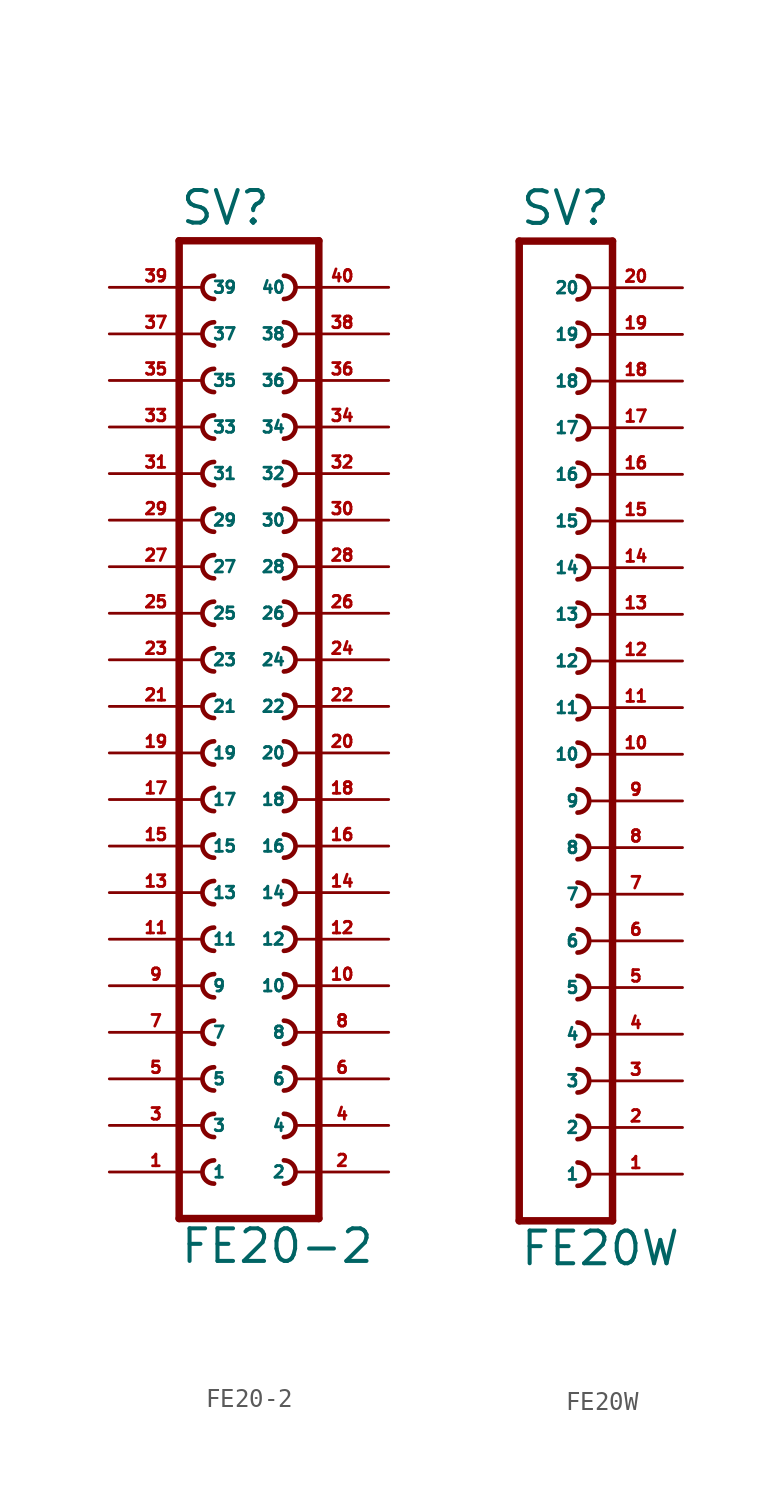
<source format=kicad_sym>
(kicad_symbol_lib
  (version 20220914)
  (generator Eagle2Kicad)
  (symbol "FE20-2"
    (property "Reference" "SV"
      (at -3.81 26.162 0)
      (effects (font (size 1.778 1.778) (thickness 0.22)) (justify left bottom)))
    (property "Value" "FE20-2"
      (at -3.81 -30.48 0)
      (effects (font (size 1.778 1.778) (thickness 0.22)) (justify left bottom)))
    (polyline
      (pts (xy 3.81 -27.94) (xy -3.81 -27.94))
      (stroke (width 0.406) (type default))
      (fill (type none)))
    (arc
      (start -1.905 -19.685)
      (mid -2.540 -20.320)
      (end -1.905 -20.955)
      (stroke (width 0.254) (type default))
      (fill (type none)))
    (arc
      (start -1.905 -22.225)
      (mid -2.540 -22.860)
      (end -1.905 -23.495)
      (stroke (width 0.254) (type default))
      (fill (type none)))
    (arc
      (start -1.905 -24.765)
      (mid -2.540 -25.400)
      (end -1.905 -26.035)
      (stroke (width 0.254) (type default))
      (fill (type none)))
    (arc
      (start 1.905 -20.955)
      (mid 2.540 -20.320)
      (end 1.905 -19.685)
      (stroke (width 0.254) (type default))
      (fill (type none)))
    (arc
      (start 1.905 -23.495)
      (mid 2.540 -22.860)
      (end 1.905 -22.225)
      (stroke (width 0.254) (type default))
      (fill (type none)))
    (arc
      (start 1.905 -26.035)
      (mid 2.540 -25.400)
      (end 1.905 -24.765)
      (stroke (width 0.254) (type default))
      (fill (type none)))
    (arc
      (start -1.905 -14.605)
      (mid -2.540 -15.240)
      (end -1.905 -15.875)
      (stroke (width 0.254) (type default))
      (fill (type none)))
    (arc
      (start -1.905 -17.145)
      (mid -2.540 -17.780)
      (end -1.905 -18.415)
      (stroke (width 0.254) (type default))
      (fill (type none)))
    (arc
      (start 1.905 -15.875)
      (mid 2.540 -15.240)
      (end 1.905 -14.605)
      (stroke (width 0.254) (type default))
      (fill (type none)))
    (arc
      (start 1.905 -18.415)
      (mid 2.540 -17.780)
      (end 1.905 -17.145)
      (stroke (width 0.254) (type default))
      (fill (type none)))
    (arc
      (start -1.905 -6.985)
      (mid -2.540 -7.620)
      (end -1.905 -8.255)
      (stroke (width 0.254) (type default))
      (fill (type none)))
    (arc
      (start -1.905 -9.525)
      (mid -2.540 -10.160)
      (end -1.905 -10.795)
      (stroke (width 0.254) (type default))
      (fill (type none)))
    (arc
      (start -1.905 -12.065)
      (mid -2.540 -12.700)
      (end -1.905 -13.335)
      (stroke (width 0.254) (type default))
      (fill (type none)))
    (arc
      (start 1.905 -8.255)
      (mid 2.540 -7.620)
      (end 1.905 -6.985)
      (stroke (width 0.254) (type default))
      (fill (type none)))
    (arc
      (start 1.905 -10.795)
      (mid 2.540 -10.160)
      (end 1.905 -9.525)
      (stroke (width 0.254) (type default))
      (fill (type none)))
    (arc
      (start 1.905 -13.335)
      (mid 2.540 -12.700)
      (end 1.905 -12.065)
      (stroke (width 0.254) (type default))
      (fill (type none)))
    (arc
      (start -1.905 -1.905)
      (mid -2.540 -2.540)
      (end -1.905 -3.175)
      (stroke (width 0.254) (type default))
      (fill (type none)))
    (arc
      (start -1.905 -4.445)
      (mid -2.540 -5.080)
      (end -1.905 -5.715)
      (stroke (width 0.254) (type default))
      (fill (type none)))
    (arc
      (start 1.905 -3.175)
      (mid 2.540 -2.540)
      (end 1.905 -1.905)
      (stroke (width 0.254) (type default))
      (fill (type none)))
    (arc
      (start 1.905 -5.715)
      (mid 2.540 -5.080)
      (end 1.905 -4.445)
      (stroke (width 0.254) (type default))
      (fill (type none)))
    (arc
      (start -1.905 5.715)
      (mid -2.540 5.080)
      (end -1.905 4.445)
      (stroke (width 0.254) (type default))
      (fill (type none)))
    (arc
      (start -1.905 3.175)
      (mid -2.540 2.540)
      (end -1.905 1.905)
      (stroke (width 0.254) (type default))
      (fill (type none)))
    (arc
      (start -1.905 0.635)
      (mid -2.540 0.000)
      (end -1.905 -0.635)
      (stroke (width 0.254) (type default))
      (fill (type none)))
    (arc
      (start 1.905 4.445)
      (mid 2.540 5.080)
      (end 1.905 5.715)
      (stroke (width 0.254) (type default))
      (fill (type none)))
    (arc
      (start 1.905 1.905)
      (mid 2.540 2.540)
      (end 1.905 3.175)
      (stroke (width 0.254) (type default))
      (fill (type none)))
    (arc
      (start 1.905 -0.635)
      (mid 2.540 0.000)
      (end 1.905 0.635)
      (stroke (width 0.254) (type default))
      (fill (type none)))
    (arc
      (start -1.905 10.795)
      (mid -2.540 10.160)
      (end -1.905 9.525)
      (stroke (width 0.254) (type default))
      (fill (type none)))
    (arc
      (start -1.905 8.255)
      (mid -2.540 7.620)
      (end -1.905 6.985)
      (stroke (width 0.254) (type default))
      (fill (type none)))
    (arc
      (start 1.905 9.525)
      (mid 2.540 10.160)
      (end 1.905 10.795)
      (stroke (width 0.254) (type default))
      (fill (type none)))
    (arc
      (start 1.905 6.985)
      (mid 2.540 7.620)
      (end 1.905 8.255)
      (stroke (width 0.254) (type default))
      (fill (type none)))
    (arc
      (start -1.905 15.875)
      (mid -2.540 15.240)
      (end -1.905 14.605)
      (stroke (width 0.254) (type default))
      (fill (type none)))
    (arc
      (start -1.905 13.335)
      (mid -2.540 12.700)
      (end -1.905 12.065)
      (stroke (width 0.254) (type default))
      (fill (type none)))
    (arc
      (start 1.905 14.605)
      (mid 2.540 15.240)
      (end 1.905 15.875)
      (stroke (width 0.254) (type default))
      (fill (type none)))
    (arc
      (start 1.905 12.065)
      (mid 2.540 12.700)
      (end 1.905 13.335)
      (stroke (width 0.254) (type default))
      (fill (type none)))
    (arc
      (start -1.905 23.495)
      (mid -2.540 22.860)
      (end -1.905 22.225)
      (stroke (width 0.254) (type default))
      (fill (type none)))
    (arc
      (start -1.905 20.955)
      (mid -2.540 20.320)
      (end -1.905 19.685)
      (stroke (width 0.254) (type default))
      (fill (type none)))
    (arc
      (start -1.905 18.415)
      (mid -2.540 17.780)
      (end -1.905 17.145)
      (stroke (width 0.254) (type default))
      (fill (type none)))
    (arc
      (start 1.905 22.225)
      (mid 2.540 22.860)
      (end 1.905 23.495)
      (stroke (width 0.254) (type default))
      (fill (type none)))
    (arc
      (start 1.905 19.685)
      (mid 2.540 20.320)
      (end 1.905 20.955)
      (stroke (width 0.254) (type default))
      (fill (type none)))
    (arc
      (start 1.905 17.145)
      (mid 2.540 17.780)
      (end 1.905 18.415)
      (stroke (width 0.254) (type default))
      (fill (type none)))
    (polyline
      (pts (xy -3.81 25.4) (xy -3.81 -27.94))
      (stroke (width 0.406) (type default))
      (fill (type none)))
    (polyline
      (pts (xy 3.81 -27.94) (xy 3.81 25.4))
      (stroke (width 0.406) (type default))
      (fill (type none)))
    (polyline
      (pts (xy -3.81 25.4) (xy 3.81 25.4))
      (stroke (width 0.406) (type default))
      (fill (type none)))
    (pin passive line
      (at -7.62 -25.4 0)
      (length 5.08)
      (name "1" (effects (font (size 0.635 0.635) (thickness 0.08)) (justify left bottom)))
      (number "1" (effects (font (size 0.635 0.635) (thickness 0.08)) (justify left bottom))))
    (pin passive line
      (at -7.62 -22.86 0)
      (length 5.08)
      (name "3" (effects (font (size 0.635 0.635) (thickness 0.08)) (justify left bottom)))
      (number "3" (effects (font (size 0.635 0.635) (thickness 0.08)) (justify left bottom))))
    (pin passive line
      (at -7.62 -20.32 0)
      (length 5.08)
      (name "5" (effects (font (size 0.635 0.635) (thickness 0.08)) (justify left bottom)))
      (number "5" (effects (font (size 0.635 0.635) (thickness 0.08)) (justify left bottom))))
    (pin passive line
      (at 7.62 -25.4 180)
      (length 5.08)
      (name "2" (effects (font (size 0.635 0.635) (thickness 0.08)) (justify left bottom)))
      (number "2" (effects (font (size 0.635 0.635) (thickness 0.08)) (justify left bottom))))
    (pin passive line
      (at 7.62 -22.86 180)
      (length 5.08)
      (name "4" (effects (font (size 0.635 0.635) (thickness 0.08)) (justify left bottom)))
      (number "4" (effects (font (size 0.635 0.635) (thickness 0.08)) (justify left bottom))))
    (pin passive line
      (at 7.62 -20.32 180)
      (length 5.08)
      (name "6" (effects (font (size 0.635 0.635) (thickness 0.08)) (justify left bottom)))
      (number "6" (effects (font (size 0.635 0.635) (thickness 0.08)) (justify left bottom))))
    (pin passive line
      (at -7.62 -17.78 0)
      (length 5.08)
      (name "7" (effects (font (size 0.635 0.635) (thickness 0.08)) (justify left bottom)))
      (number "7" (effects (font (size 0.635 0.635) (thickness 0.08)) (justify left bottom))))
    (pin passive line
      (at -7.62 -15.24 0)
      (length 5.08)
      (name "9" (effects (font (size 0.635 0.635) (thickness 0.08)) (justify left bottom)))
      (number "9" (effects (font (size 0.635 0.635) (thickness 0.08)) (justify left bottom))))
    (pin passive line
      (at 7.62 -17.78 180)
      (length 5.08)
      (name "8" (effects (font (size 0.635 0.635) (thickness 0.08)) (justify left bottom)))
      (number "8" (effects (font (size 0.635 0.635) (thickness 0.08)) (justify left bottom))))
    (pin passive line
      (at 7.62 -15.24 180)
      (length 5.08)
      (name "10" (effects (font (size 0.635 0.635) (thickness 0.08)) (justify left bottom)))
      (number "10" (effects (font (size 0.635 0.635) (thickness 0.08)) (justify left bottom))))
    (pin passive line
      (at -7.62 -12.7 0)
      (length 5.08)
      (name "11" (effects (font (size 0.635 0.635) (thickness 0.08)) (justify left bottom)))
      (number "11" (effects (font (size 0.635 0.635) (thickness 0.08)) (justify left bottom))))
    (pin passive line
      (at -7.62 -10.16 0)
      (length 5.08)
      (name "13" (effects (font (size 0.635 0.635) (thickness 0.08)) (justify left bottom)))
      (number "13" (effects (font (size 0.635 0.635) (thickness 0.08)) (justify left bottom))))
    (pin passive line
      (at -7.62 -7.62 0)
      (length 5.08)
      (name "15" (effects (font (size 0.635 0.635) (thickness 0.08)) (justify left bottom)))
      (number "15" (effects (font (size 0.635 0.635) (thickness 0.08)) (justify left bottom))))
    (pin passive line
      (at 7.62 -12.7 180)
      (length 5.08)
      (name "12" (effects (font (size 0.635 0.635) (thickness 0.08)) (justify left bottom)))
      (number "12" (effects (font (size 0.635 0.635) (thickness 0.08)) (justify left bottom))))
    (pin passive line
      (at 7.62 -10.16 180)
      (length 5.08)
      (name "14" (effects (font (size 0.635 0.635) (thickness 0.08)) (justify left bottom)))
      (number "14" (effects (font (size 0.635 0.635) (thickness 0.08)) (justify left bottom))))
    (pin passive line
      (at 7.62 -7.62 180)
      (length 5.08)
      (name "16" (effects (font (size 0.635 0.635) (thickness 0.08)) (justify left bottom)))
      (number "16" (effects (font (size 0.635 0.635) (thickness 0.08)) (justify left bottom))))
    (pin passive line
      (at -7.62 -5.08 0)
      (length 5.08)
      (name "17" (effects (font (size 0.635 0.635) (thickness 0.08)) (justify left bottom)))
      (number "17" (effects (font (size 0.635 0.635) (thickness 0.08)) (justify left bottom))))
    (pin passive line
      (at -7.62 -2.54 0)
      (length 5.08)
      (name "19" (effects (font (size 0.635 0.635) (thickness 0.08)) (justify left bottom)))
      (number "19" (effects (font (size 0.635 0.635) (thickness 0.08)) (justify left bottom))))
    (pin passive line
      (at 7.62 -5.08 180)
      (length 5.08)
      (name "18" (effects (font (size 0.635 0.635) (thickness 0.08)) (justify left bottom)))
      (number "18" (effects (font (size 0.635 0.635) (thickness 0.08)) (justify left bottom))))
    (pin passive line
      (at 7.62 -2.54 180)
      (length 5.08)
      (name "20" (effects (font (size 0.635 0.635) (thickness 0.08)) (justify left bottom)))
      (number "20" (effects (font (size 0.635 0.635) (thickness 0.08)) (justify left bottom))))
    (pin passive line
      (at -7.62 0 0)
      (length 5.08)
      (name "21" (effects (font (size 0.635 0.635) (thickness 0.08)) (justify left bottom)))
      (number "21" (effects (font (size 0.635 0.635) (thickness 0.08)) (justify left bottom))))
    (pin passive line
      (at -7.62 2.54 0)
      (length 5.08)
      (name "23" (effects (font (size 0.635 0.635) (thickness 0.08)) (justify left bottom)))
      (number "23" (effects (font (size 0.635 0.635) (thickness 0.08)) (justify left bottom))))
    (pin passive line
      (at -7.62 5.08 0)
      (length 5.08)
      (name "25" (effects (font (size 0.635 0.635) (thickness 0.08)) (justify left bottom)))
      (number "25" (effects (font (size 0.635 0.635) (thickness 0.08)) (justify left bottom))))
    (pin passive line
      (at 7.62 0 180)
      (length 5.08)
      (name "22" (effects (font (size 0.635 0.635) (thickness 0.08)) (justify left bottom)))
      (number "22" (effects (font (size 0.635 0.635) (thickness 0.08)) (justify left bottom))))
    (pin passive line
      (at 7.62 2.54 180)
      (length 5.08)
      (name "24" (effects (font (size 0.635 0.635) (thickness 0.08)) (justify left bottom)))
      (number "24" (effects (font (size 0.635 0.635) (thickness 0.08)) (justify left bottom))))
    (pin passive line
      (at 7.62 5.08 180)
      (length 5.08)
      (name "26" (effects (font (size 0.635 0.635) (thickness 0.08)) (justify left bottom)))
      (number "26" (effects (font (size 0.635 0.635) (thickness 0.08)) (justify left bottom))))
    (pin passive line
      (at -7.62 7.62 0)
      (length 5.08)
      (name "27" (effects (font (size 0.635 0.635) (thickness 0.08)) (justify left bottom)))
      (number "27" (effects (font (size 0.635 0.635) (thickness 0.08)) (justify left bottom))))
    (pin passive line
      (at -7.62 10.16 0)
      (length 5.08)
      (name "29" (effects (font (size 0.635 0.635) (thickness 0.08)) (justify left bottom)))
      (number "29" (effects (font (size 0.635 0.635) (thickness 0.08)) (justify left bottom))))
    (pin passive line
      (at 7.62 7.62 180)
      (length 5.08)
      (name "28" (effects (font (size 0.635 0.635) (thickness 0.08)) (justify left bottom)))
      (number "28" (effects (font (size 0.635 0.635) (thickness 0.08)) (justify left bottom))))
    (pin passive line
      (at 7.62 10.16 180)
      (length 5.08)
      (name "30" (effects (font (size 0.635 0.635) (thickness 0.08)) (justify left bottom)))
      (number "30" (effects (font (size 0.635 0.635) (thickness 0.08)) (justify left bottom))))
    (pin passive line
      (at -7.62 12.7 0)
      (length 5.08)
      (name "31" (effects (font (size 0.635 0.635) (thickness 0.08)) (justify left bottom)))
      (number "31" (effects (font (size 0.635 0.635) (thickness 0.08)) (justify left bottom))))
    (pin passive line
      (at -7.62 15.24 0)
      (length 5.08)
      (name "33" (effects (font (size 0.635 0.635) (thickness 0.08)) (justify left bottom)))
      (number "33" (effects (font (size 0.635 0.635) (thickness 0.08)) (justify left bottom))))
    (pin passive line
      (at 7.62 12.7 180)
      (length 5.08)
      (name "32" (effects (font (size 0.635 0.635) (thickness 0.08)) (justify left bottom)))
      (number "32" (effects (font (size 0.635 0.635) (thickness 0.08)) (justify left bottom))))
    (pin passive line
      (at 7.62 15.24 180)
      (length 5.08)
      (name "34" (effects (font (size 0.635 0.635) (thickness 0.08)) (justify left bottom)))
      (number "34" (effects (font (size 0.635 0.635) (thickness 0.08)) (justify left bottom))))
    (pin passive line
      (at -7.62 17.78 0)
      (length 5.08)
      (name "35" (effects (font (size 0.635 0.635) (thickness 0.08)) (justify left bottom)))
      (number "35" (effects (font (size 0.635 0.635) (thickness 0.08)) (justify left bottom))))
    (pin passive line
      (at -7.62 20.32 0)
      (length 5.08)
      (name "37" (effects (font (size 0.635 0.635) (thickness 0.08)) (justify left bottom)))
      (number "37" (effects (font (size 0.635 0.635) (thickness 0.08)) (justify left bottom))))
    (pin passive line
      (at -7.62 22.86 0)
      (length 5.08)
      (name "39" (effects (font (size 0.635 0.635) (thickness 0.08)) (justify left bottom)))
      (number "39" (effects (font (size 0.635 0.635) (thickness 0.08)) (justify left bottom))))
    (pin passive line
      (at 7.62 17.78 180)
      (length 5.08)
      (name "36" (effects (font (size 0.635 0.635) (thickness 0.08)) (justify left bottom)))
      (number "36" (effects (font (size 0.635 0.635) (thickness 0.08)) (justify left bottom))))
    (pin passive line
      (at 7.62 20.32 180)
      (length 5.08)
      (name "38" (effects (font (size 0.635 0.635) (thickness 0.08)) (justify left bottom)))
      (number "38" (effects (font (size 0.635 0.635) (thickness 0.08)) (justify left bottom))))
    (pin passive line
      (at 7.62 22.86 180)
      (length 5.08)
      (name "40" (effects (font (size 0.635 0.635) (thickness 0.08)) (justify left bottom)))
      (number "40" (effects (font (size 0.635 0.635) (thickness 0.08)) (justify left bottom)))))
  (symbol "FE20W"
    (property "Reference" "SV"
      (at -1.27 26.162 0)
      (effects (font (size 1.778 1.778) (thickness 0.22)) (justify left bottom)))
    (property "Value" "FE20W"
      (at -1.27 -30.48 0)
      (effects (font (size 1.778 1.778) (thickness 0.22)) (justify left bottom)))
    (polyline
      (pts (xy 3.81 -27.94) (xy -1.27 -27.94))
      (stroke (width 0.406) (type default))
      (fill (type none)))
    (arc
      (start 1.905 -20.955)
      (mid 2.540 -20.320)
      (end 1.905 -19.685)
      (stroke (width 0.254) (type default))
      (fill (type none)))
    (arc
      (start 1.905 -23.495)
      (mid 2.540 -22.860)
      (end 1.905 -22.225)
      (stroke (width 0.254) (type default))
      (fill (type none)))
    (arc
      (start 1.905 -26.035)
      (mid 2.540 -25.400)
      (end 1.905 -24.765)
      (stroke (width 0.254) (type default))
      (fill (type none)))
    (arc
      (start 1.905 -15.875)
      (mid 2.540 -15.240)
      (end 1.905 -14.605)
      (stroke (width 0.254) (type default))
      (fill (type none)))
    (arc
      (start 1.905 -18.415)
      (mid 2.540 -17.780)
      (end 1.905 -17.145)
      (stroke (width 0.254) (type default))
      (fill (type none)))
    (arc
      (start 1.905 -8.255)
      (mid 2.540 -7.620)
      (end 1.905 -6.985)
      (stroke (width 0.254) (type default))
      (fill (type none)))
    (arc
      (start 1.905 -10.795)
      (mid 2.540 -10.160)
      (end 1.905 -9.525)
      (stroke (width 0.254) (type default))
      (fill (type none)))
    (arc
      (start 1.905 -13.335)
      (mid 2.540 -12.700)
      (end 1.905 -12.065)
      (stroke (width 0.254) (type default))
      (fill (type none)))
    (arc
      (start 1.905 -3.175)
      (mid 2.540 -2.540)
      (end 1.905 -1.905)
      (stroke (width 0.254) (type default))
      (fill (type none)))
    (arc
      (start 1.905 -5.715)
      (mid 2.540 -5.080)
      (end 1.905 -4.445)
      (stroke (width 0.254) (type default))
      (fill (type none)))
    (arc
      (start 1.905 4.445)
      (mid 2.540 5.080)
      (end 1.905 5.715)
      (stroke (width 0.254) (type default))
      (fill (type none)))
    (arc
      (start 1.905 1.905)
      (mid 2.540 2.540)
      (end 1.905 3.175)
      (stroke (width 0.254) (type default))
      (fill (type none)))
    (arc
      (start 1.905 -0.635)
      (mid 2.540 0.000)
      (end 1.905 0.635)
      (stroke (width 0.254) (type default))
      (fill (type none)))
    (arc
      (start 1.905 9.525)
      (mid 2.540 10.160)
      (end 1.905 10.795)
      (stroke (width 0.254) (type default))
      (fill (type none)))
    (arc
      (start 1.905 6.985)
      (mid 2.540 7.620)
      (end 1.905 8.255)
      (stroke (width 0.254) (type default))
      (fill (type none)))
    (arc
      (start 1.905 17.145)
      (mid 2.540 17.780)
      (end 1.905 18.415)
      (stroke (width 0.254) (type default))
      (fill (type none)))
    (arc
      (start 1.905 14.605)
      (mid 2.540 15.240)
      (end 1.905 15.875)
      (stroke (width 0.254) (type default))
      (fill (type none)))
    (arc
      (start 1.905 12.065)
      (mid 2.540 12.700)
      (end 1.905 13.335)
      (stroke (width 0.254) (type default))
      (fill (type none)))
    (polyline
      (pts (xy -1.27 25.4) (xy -1.27 -27.94))
      (stroke (width 0.406) (type default))
      (fill (type none)))
    (polyline
      (pts (xy 3.81 -27.94) (xy 3.81 25.4))
      (stroke (width 0.406) (type default))
      (fill (type none)))
    (polyline
      (pts (xy -1.27 25.4) (xy 3.81 25.4))
      (stroke (width 0.406) (type default))
      (fill (type none)))
    (arc
      (start 1.905 22.225)
      (mid 2.540 22.860)
      (end 1.905 23.495)
      (stroke (width 0.254) (type default))
      (fill (type none)))
    (arc
      (start 1.905 19.685)
      (mid 2.540 20.320)
      (end 1.905 20.955)
      (stroke (width 0.254) (type default))
      (fill (type none)))
    (pin passive line
      (at 7.62 -25.4 180)
      (length 5.08)
      (name "1" (effects (font (size 0.635 0.635) (thickness 0.08)) (justify left bottom)))
      (number "1" (effects (font (size 0.635 0.635) (thickness 0.08)) (justify left bottom))))
    (pin passive line
      (at 7.62 -22.86 180)
      (length 5.08)
      (name "2" (effects (font (size 0.635 0.635) (thickness 0.08)) (justify left bottom)))
      (number "2" (effects (font (size 0.635 0.635) (thickness 0.08)) (justify left bottom))))
    (pin passive line
      (at 7.62 -20.32 180)
      (length 5.08)
      (name "3" (effects (font (size 0.635 0.635) (thickness 0.08)) (justify left bottom)))
      (number "3" (effects (font (size 0.635 0.635) (thickness 0.08)) (justify left bottom))))
    (pin passive line
      (at 7.62 -17.78 180)
      (length 5.08)
      (name "4" (effects (font (size 0.635 0.635) (thickness 0.08)) (justify left bottom)))
      (number "4" (effects (font (size 0.635 0.635) (thickness 0.08)) (justify left bottom))))
    (pin passive line
      (at 7.62 -15.24 180)
      (length 5.08)
      (name "5" (effects (font (size 0.635 0.635) (thickness 0.08)) (justify left bottom)))
      (number "5" (effects (font (size 0.635 0.635) (thickness 0.08)) (justify left bottom))))
    (pin passive line
      (at 7.62 -12.7 180)
      (length 5.08)
      (name "6" (effects (font (size 0.635 0.635) (thickness 0.08)) (justify left bottom)))
      (number "6" (effects (font (size 0.635 0.635) (thickness 0.08)) (justify left bottom))))
    (pin passive line
      (at 7.62 -10.16 180)
      (length 5.08)
      (name "7" (effects (font (size 0.635 0.635) (thickness 0.08)) (justify left bottom)))
      (number "7" (effects (font (size 0.635 0.635) (thickness 0.08)) (justify left bottom))))
    (pin passive line
      (at 7.62 -7.62 180)
      (length 5.08)
      (name "8" (effects (font (size 0.635 0.635) (thickness 0.08)) (justify left bottom)))
      (number "8" (effects (font (size 0.635 0.635) (thickness 0.08)) (justify left bottom))))
    (pin passive line
      (at 7.62 -5.08 180)
      (length 5.08)
      (name "9" (effects (font (size 0.635 0.635) (thickness 0.08)) (justify left bottom)))
      (number "9" (effects (font (size 0.635 0.635) (thickness 0.08)) (justify left bottom))))
    (pin passive line
      (at 7.62 -2.54 180)
      (length 5.08)
      (name "10" (effects (font (size 0.635 0.635) (thickness 0.08)) (justify left bottom)))
      (number "10" (effects (font (size 0.635 0.635) (thickness 0.08)) (justify left bottom))))
    (pin passive line
      (at 7.62 0 180)
      (length 5.08)
      (name "11" (effects (font (size 0.635 0.635) (thickness 0.08)) (justify left bottom)))
      (number "11" (effects (font (size 0.635 0.635) (thickness 0.08)) (justify left bottom))))
    (pin passive line
      (at 7.62 2.54 180)
      (length 5.08)
      (name "12" (effects (font (size 0.635 0.635) (thickness 0.08)) (justify left bottom)))
      (number "12" (effects (font (size 0.635 0.635) (thickness 0.08)) (justify left bottom))))
    (pin passive line
      (at 7.62 5.08 180)
      (length 5.08)
      (name "13" (effects (font (size 0.635 0.635) (thickness 0.08)) (justify left bottom)))
      (number "13" (effects (font (size 0.635 0.635) (thickness 0.08)) (justify left bottom))))
    (pin passive line
      (at 7.62 7.62 180)
      (length 5.08)
      (name "14" (effects (font (size 0.635 0.635) (thickness 0.08)) (justify left bottom)))
      (number "14" (effects (font (size 0.635 0.635) (thickness 0.08)) (justify left bottom))))
    (pin passive line
      (at 7.62 10.16 180)
      (length 5.08)
      (name "15" (effects (font (size 0.635 0.635) (thickness 0.08)) (justify left bottom)))
      (number "15" (effects (font (size 0.635 0.635) (thickness 0.08)) (justify left bottom))))
    (pin passive line
      (at 7.62 12.7 180)
      (length 5.08)
      (name "16" (effects (font (size 0.635 0.635) (thickness 0.08)) (justify left bottom)))
      (number "16" (effects (font (size 0.635 0.635) (thickness 0.08)) (justify left bottom))))
    (pin passive line
      (at 7.62 15.24 180)
      (length 5.08)
      (name "17" (effects (font (size 0.635 0.635) (thickness 0.08)) (justify left bottom)))
      (number "17" (effects (font (size 0.635 0.635) (thickness 0.08)) (justify left bottom))))
    (pin passive line
      (at 7.62 17.78 180)
      (length 5.08)
      (name "18" (effects (font (size 0.635 0.635) (thickness 0.08)) (justify left bottom)))
      (number "18" (effects (font (size 0.635 0.635) (thickness 0.08)) (justify left bottom))))
    (pin passive line
      (at 7.62 20.32 180)
      (length 5.08)
      (name "19" (effects (font (size 0.635 0.635) (thickness 0.08)) (justify left bottom)))
      (number "19" (effects (font (size 0.635 0.635) (thickness 0.08)) (justify left bottom))))
    (pin passive line
      (at 7.62 22.86 180)
      (length 5.08)
      (name "20" (effects (font (size 0.635 0.635) (thickness 0.08)) (justify left bottom)))
      (number "20" (effects (font (size 0.635 0.635) (thickness 0.08)) (justify left bottom))))))
</source>
